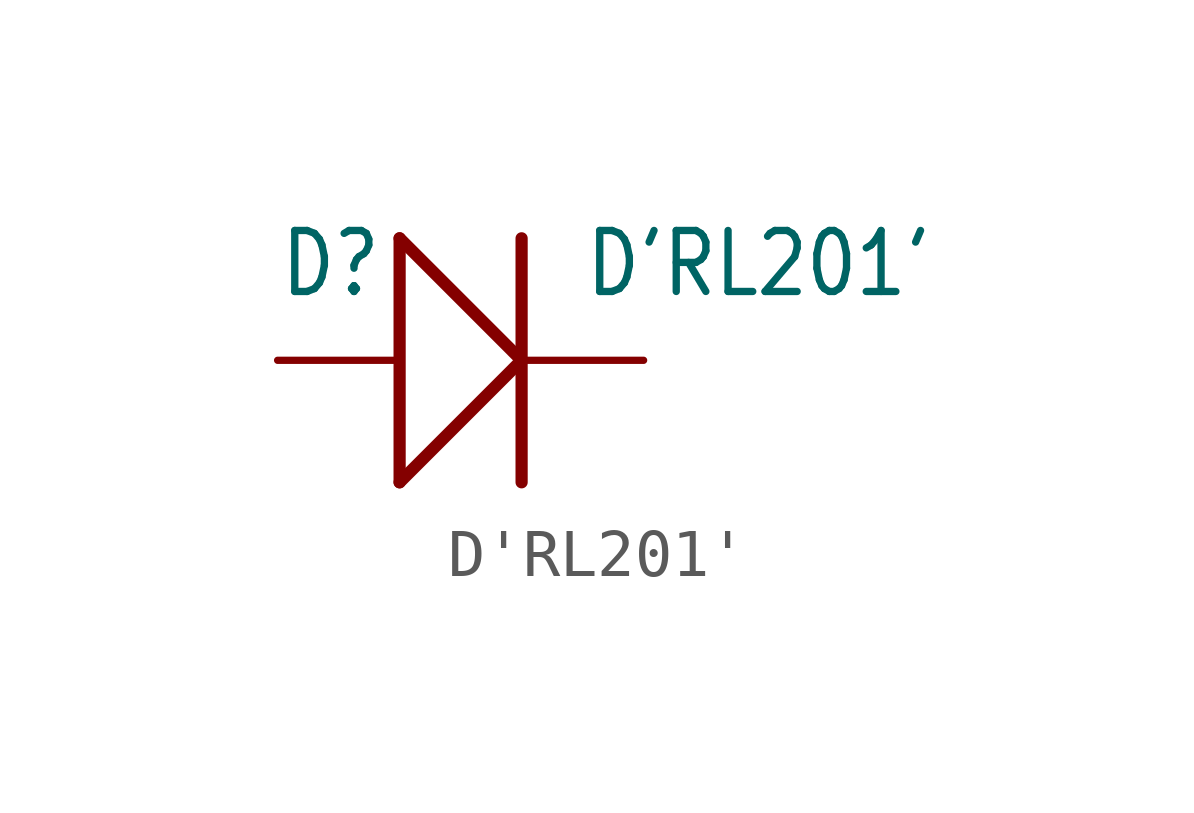
<source format=kicad_sym>
(kicad_symbol_lib
  (version 20211014)
  (generator kicad_symbol_editor)
  (symbol "D'RL201'"
    (property "Reference" "D"
      (at -3.81 1.27 0)
      (effects (font (size 1.27 1.079)) (justify left bottom)))
    (property "Value" "D'RL201'"
      (at 2.54 1.27 0)
      (effects (font (size 1.27 1.079)) (justify left bottom)))
    (property "ki_locked" ""
      (at 0 0 0)
      (effects (font (size 1.27 1.27))))
    (symbol "D'RL201'_1_0"
      (polyline (pts (xy -1.27 -2.54) (xy -1.27 2.54)) (stroke (width 0.254) (type default) (color 0 0 0 0)) (fill (type none)))
      (polyline (pts (xy -1.27 -2.54) (xy 1.27 0)) (stroke (width 0.254) (type default) (color 0 0 0 0)) (fill (type none)))
      (polyline (pts (xy -1.27 2.54) (xy 1.27 0)) (stroke (width 0.254) (type default) (color 0 0 0 0)) (fill (type none)))
      (polyline (pts (xy 1.27 2.54) (xy 1.27 -2.54)) (stroke (width 0.254) (type default) (color 0 0 0 0)) (fill (type none)))
      (pin passive line (at -3.81 0 0) (length 2.54) (name "+" (effects (font (size 0 0)))) (number "+" (effects (font (size 0 0)))))
      (pin passive line (at 3.81 0 180) (length 2.54) (name "-" (effects (font (size 0 0)))) (number "-" (effects (font (size 0 0))))))))
</source>
